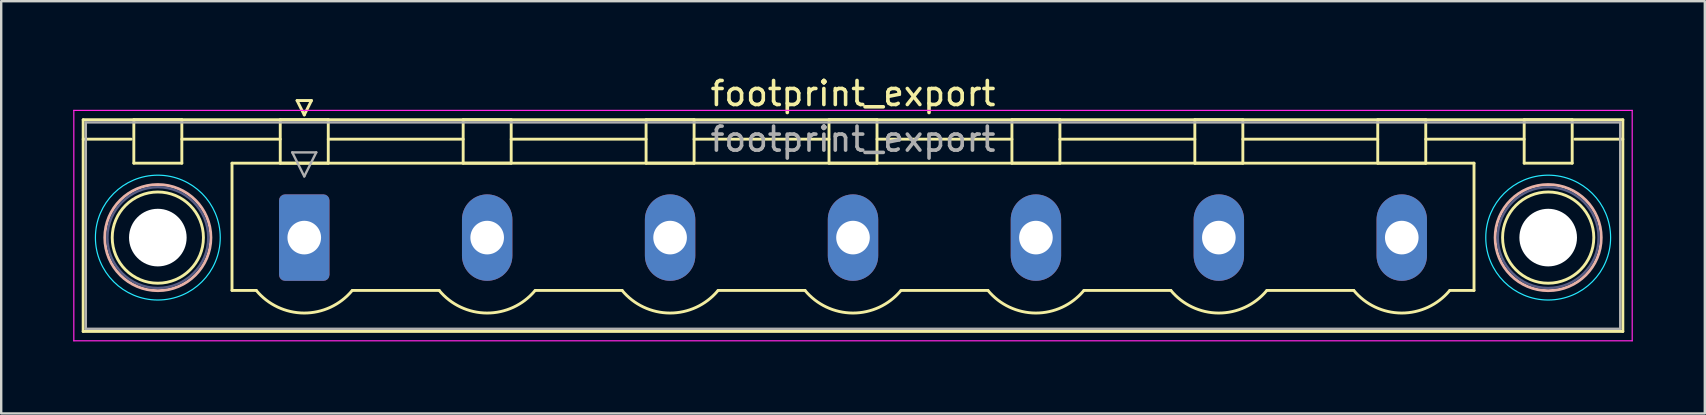
<source format=kicad_pcb>
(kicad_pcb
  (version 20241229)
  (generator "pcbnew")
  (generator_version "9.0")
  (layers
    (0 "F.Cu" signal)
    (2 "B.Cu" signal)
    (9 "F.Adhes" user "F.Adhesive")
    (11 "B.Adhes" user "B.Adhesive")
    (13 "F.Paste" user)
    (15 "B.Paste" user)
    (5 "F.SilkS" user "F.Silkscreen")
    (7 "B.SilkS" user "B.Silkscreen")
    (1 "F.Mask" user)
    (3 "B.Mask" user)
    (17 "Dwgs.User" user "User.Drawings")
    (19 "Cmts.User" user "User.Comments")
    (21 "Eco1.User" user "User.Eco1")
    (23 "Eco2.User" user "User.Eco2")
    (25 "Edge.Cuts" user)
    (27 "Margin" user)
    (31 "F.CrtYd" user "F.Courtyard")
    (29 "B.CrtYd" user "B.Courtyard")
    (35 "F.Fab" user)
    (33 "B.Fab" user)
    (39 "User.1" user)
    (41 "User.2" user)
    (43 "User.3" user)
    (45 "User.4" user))
  (footprint "footprint_export"
    (layer "F.Cu")
    (at 9.625 6.848)
    (property "Reference" "footprint_export" (at 22.86 -6 0) (layer "F.SilkS") (effects (font (size 1 1) (thickness 0.15))))
    (attr through_hole)
    (fp_line (start -9.21 -4.91) (end -9.21 3.91) (stroke (width 0.12) (type solid)) (layer "F.SilkS"))
    (fp_line (start -9.21 -4.1) (end -7.21 -4.1) (stroke (width 0.12) (type solid)) (layer "F.SilkS"))
    (fp_line (start -9.21 3.91) (end 54.93 3.91) (stroke (width 0.12) (type solid)) (layer "F.SilkS"))
    (fp_line (start -7.1 -4.91) (end -5.1 -4.91) (stroke (width 0.12) (type solid)) (layer "F.SilkS"))
    (fp_line (start -7.1 -3.1) (end -7.1 -4.91) (stroke (width 0.12) (type solid)) (layer "F.SilkS"))
    (fp_line (start -5.1 -4.91) (end -5.1 -3.1) (stroke (width 0.12) (type solid)) (layer "F.SilkS"))
    (fp_line (start -5.1 -4.1) (end -1 -4.1) (stroke (width 0.12) (type solid)) (layer "F.SilkS"))
    (fp_line (start -5.1 -3.1) (end -7.1 -3.1) (stroke (width 0.12) (type solid)) (layer "F.SilkS"))
    (fp_line (start -3.01 -3.1) (end 48.73 -3.1) (stroke (width 0.12) (type solid)) (layer "F.SilkS"))
    (fp_line (start -3.01 2.2) (end -3.01 -3.1) (stroke (width 0.12) (type solid)) (layer "F.SilkS"))
    (fp_line (start -2 2.2) (end -3.01 2.2) (stroke (width 0.12) (type solid)) (layer "F.SilkS"))
    (fp_line (start -1 -4.91) (end 1 -4.91) (stroke (width 0.12) (type solid)) (layer "F.SilkS"))
    (fp_line (start -1 -3.1) (end -1 -4.91) (stroke (width 0.12) (type solid)) (layer "F.SilkS"))
    (fp_line (start -0.3 -5.71) (end 0.3 -5.71) (stroke (width 0.12) (type solid)) (layer "F.SilkS"))
    (fp_line (start 0 -5.11) (end -0.3 -5.71) (stroke (width 0.12) (type solid)) (layer "F.SilkS"))
    (fp_line (start 0.3 -5.71) (end 0 -5.11) (stroke (width 0.12) (type solid)) (layer "F.SilkS"))
    (fp_line (start 1 -4.91) (end 1 -3.1) (stroke (width 0.12) (type solid)) (layer "F.SilkS"))
    (fp_line (start 1 -4.1) (end 6.62 -4.1) (stroke (width 0.12) (type solid)) (layer "F.SilkS"))
    (fp_line (start 1 -3.1) (end -1 -3.1) (stroke (width 0.12) (type solid)) (layer "F.SilkS"))
    (fp_line (start 2 2.2) (end 5.62 2.2) (stroke (width 0.12) (type solid)) (layer "F.SilkS"))
    (fp_line (start 6.62 -4.91) (end 8.62 -4.91) (stroke (width 0.12) (type solid)) (layer "F.SilkS"))
    (fp_line (start 6.62 -3.1) (end 6.62 -4.91) (stroke (width 0.12) (type solid)) (layer "F.SilkS"))
    (fp_line (start 8.62 -4.91) (end 8.62 -3.1) (stroke (width 0.12) (type solid)) (layer "F.SilkS"))
    (fp_line (start 8.62 -4.1) (end 14.24 -4.1) (stroke (width 0.12) (type solid)) (layer "F.SilkS"))
    (fp_line (start 8.62 -3.1) (end 6.62 -3.1) (stroke (width 0.12) (type solid)) (layer "F.SilkS"))
    (fp_line (start 9.62 2.2) (end 13.24 2.2) (stroke (width 0.12) (type solid)) (layer "F.SilkS"))
    (fp_line (start 14.24 -4.91) (end 16.24 -4.91) (stroke (width 0.12) (type solid)) (layer "F.SilkS"))
    (fp_line (start 14.24 -3.1) (end 14.24 -4.91) (stroke (width 0.12) (type solid)) (layer "F.SilkS"))
    (fp_line (start 16.24 -4.91) (end 16.24 -3.1) (stroke (width 0.12) (type solid)) (layer "F.SilkS"))
    (fp_line (start 16.24 -4.1) (end 21.86 -4.1) (stroke (width 0.12) (type solid)) (layer "F.SilkS"))
    (fp_line (start 16.24 -3.1) (end 14.24 -3.1) (stroke (width 0.12) (type solid)) (layer "F.SilkS"))
    (fp_line (start 17.24 2.2) (end 20.86 2.2) (stroke (width 0.12) (type solid)) (layer "F.SilkS"))
    (fp_line (start 21.86 -4.91) (end 23.86 -4.91) (stroke (width 0.12) (type solid)) (layer "F.SilkS"))
    (fp_line (start 21.86 -3.1) (end 21.86 -4.91) (stroke (width 0.12) (type solid)) (layer "F.SilkS"))
    (fp_line (start 23.86 -4.91) (end 23.86 -3.1) (stroke (width 0.12) (type solid)) (layer "F.SilkS"))
    (fp_line (start 23.86 -4.1) (end 29.48 -4.1) (stroke (width 0.12) (type solid)) (layer "F.SilkS"))
    (fp_line (start 23.86 -3.1) (end 21.86 -3.1) (stroke (width 0.12) (type solid)) (layer "F.SilkS"))
    (fp_line (start 24.86 2.2) (end 28.48 2.2) (stroke (width 0.12) (type solid)) (layer "F.SilkS"))
    (fp_line (start 29.48 -4.91) (end 31.48 -4.91) (stroke (width 0.12) (type solid)) (layer "F.SilkS"))
    (fp_line (start 29.48 -3.1) (end 29.48 -4.91) (stroke (width 0.12) (type solid)) (layer "F.SilkS"))
    (fp_line (start 31.48 -4.91) (end 31.48 -3.1) (stroke (width 0.12) (type solid)) (layer "F.SilkS"))
    (fp_line (start 31.48 -4.1) (end 37.1 -4.1) (stroke (width 0.12) (type solid)) (layer "F.SilkS"))
    (fp_line (start 31.48 -3.1) (end 29.48 -3.1) (stroke (width 0.12) (type solid)) (layer "F.SilkS"))
    (fp_line (start 32.48 2.2) (end 36.1 2.2) (stroke (width 0.12) (type solid)) (layer "F.SilkS"))
    (fp_line (start 37.1 -4.91) (end 39.1 -4.91) (stroke (width 0.12) (type solid)) (layer "F.SilkS"))
    (fp_line (start 37.1 -3.1) (end 37.1 -4.91) (stroke (width 0.12) (type solid)) (layer "F.SilkS"))
    (fp_line (start 39.1 -4.91) (end 39.1 -3.1) (stroke (width 0.12) (type solid)) (layer "F.SilkS"))
    (fp_line (start 39.1 -4.1) (end 44.72 -4.1) (stroke (width 0.12) (type solid)) (layer "F.SilkS"))
    (fp_line (start 39.1 -3.1) (end 37.1 -3.1) (stroke (width 0.12) (type solid)) (layer "F.SilkS"))
    (fp_line (start 40.1 2.2) (end 43.72 2.2) (stroke (width 0.12) (type solid)) (layer "F.SilkS"))
    (fp_line (start 44.72 -4.91) (end 46.72 -4.91) (stroke (width 0.12) (type solid)) (layer "F.SilkS"))
    (fp_line (start 44.72 -3.1) (end 44.72 -4.91) (stroke (width 0.12) (type solid)) (layer "F.SilkS"))
    (fp_line (start 46.72 -4.91) (end 46.72 -3.1) (stroke (width 0.12) (type solid)) (layer "F.SilkS"))
    (fp_line (start 46.72 -4.1) (end 50.82 -4.1) (stroke (width 0.12) (type solid)) (layer "F.SilkS"))
    (fp_line (start 46.72 -3.1) (end 44.72 -3.1) (stroke (width 0.12) (type solid)) (layer "F.SilkS"))
    (fp_line (start 48.73 -3.1) (end 48.73 2.2) (stroke (width 0.12) (type solid)) (layer "F.SilkS"))
    (fp_line (start 48.73 2.2) (end 47.72 2.2) (stroke (width 0.12) (type solid)) (layer "F.SilkS"))
    (fp_line (start 50.82 -4.91) (end 52.82 -4.91) (stroke (width 0.12) (type solid)) (layer "F.SilkS"))
    (fp_line (start 50.82 -3.1) (end 50.82 -4.91) (stroke (width 0.12) (type solid)) (layer "F.SilkS"))
    (fp_line (start 52.82 -4.91) (end 52.82 -3.1) (stroke (width 0.12) (type solid)) (layer "F.SilkS"))
    (fp_line (start 52.82 -3.1) (end 50.82 -3.1) (stroke (width 0.12) (type solid)) (layer "F.SilkS"))
    (fp_line (start 54.93 -4.91) (end -9.21 -4.91) (stroke (width 0.12) (type solid)) (layer "F.SilkS"))
    (fp_line (start 54.93 -4.1) (end 52.93 -4.1) (stroke (width 0.12) (type solid)) (layer "F.SilkS"))
    (fp_line (start 54.93 3.91) (end 54.93 -4.91) (stroke (width 0.12) (type solid)) (layer "F.SilkS"))
    (fp_arc (start 1.986842 2.215821) (mid -0.010289 3.142758) (end -2 2.2) (stroke (width 0.12) (type solid)) (layer "F.SilkS"))
    (fp_arc (start 9.606842 2.215821) (mid 7.609711 3.142758) (end 5.62 2.2) (stroke (width 0.12) (type solid)) (layer "F.SilkS"))
    (fp_arc (start 17.226842 2.215821) (mid 15.229711 3.142758) (end 13.24 2.2) (stroke (width 0.12) (type solid)) (layer "F.SilkS"))
    (fp_arc (start 24.846842 2.215821) (mid 22.849711 3.142758) (end 20.86 2.2) (stroke (width 0.12) (type solid)) (layer "F.SilkS"))
    (fp_arc (start 32.466842 2.215821) (mid 30.469711 3.142758) (end 28.48 2.2) (stroke (width 0.12) (type solid)) (layer "F.SilkS"))
    (fp_arc (start 40.086842 2.215821) (mid 38.089711 3.142758) (end 36.1 2.2) (stroke (width 0.12) (type solid)) (layer "F.SilkS"))
    (fp_arc (start 47.706842 2.215821) (mid 45.709711 3.142758) (end 43.72 2.2) (stroke (width 0.12) (type solid)) (layer "F.SilkS"))
    (fp_circle (center -6.1 0) (end -4.2 0) (stroke (width 0.12) (type solid)) (fill no) (layer "F.SilkS"))
    (fp_circle (center 51.82 0) (end 53.72 0) (stroke (width 0.12) (type solid)) (fill no) (layer "F.SilkS"))
    (fp_circle (center -6.1 0) (end -3.89 0) (stroke (width 0.12) (type solid)) (fill no) (layer "B.SilkS"))
    (fp_circle (center 51.82 0) (end 54.03 0) (stroke (width 0.12) (type solid)) (fill no) (layer "B.SilkS"))
    (fp_circle (center -6.1 0) (end -3.5 0) (stroke (width 0.05) (type solid)) (fill no) (layer "B.CrtYd"))
    (fp_circle (center 51.82 0) (end 54.42 0) (stroke (width 0.05) (type solid)) (fill no) (layer "B.CrtYd"))
    (fp_line (start -9.6 -5.3) (end -9.6 4.3) (stroke (width 0.05) (type solid)) (layer "F.CrtYd"))
    (fp_line (start -9.6 4.3) (end 55.32 4.3) (stroke (width 0.05) (type solid)) (layer "F.CrtYd"))
    (fp_line (start 55.32 -5.3) (end -9.6 -5.3) (stroke (width 0.05) (type solid)) (layer "F.CrtYd"))
    (fp_line (start 55.32 4.3) (end 55.32 -5.3) (stroke (width 0.05) (type solid)) (layer "F.CrtYd"))
    (fp_circle (center -6.1 0) (end -4 0) (stroke (width 0.1) (type solid)) (fill no) (layer "B.Fab"))
    (fp_circle (center 51.82 0) (end 53.92 0) (stroke (width 0.1) (type solid)) (fill no) (layer "B.Fab"))
    (fp_line (start -9.1 -4.8) (end -9.1 3.8) (stroke (width 0.1) (type solid)) (layer "F.Fab"))
    (fp_line (start -9.1 3.8) (end 54.82 3.8) (stroke (width 0.1) (type solid)) (layer "F.Fab"))
    (fp_line (start -0.5 -3.55) (end 0.5 -3.55) (stroke (width 0.1) (type solid)) (layer "F.Fab"))
    (fp_line (start 0 -2.55) (end -0.5 -3.55) (stroke (width 0.1) (type solid)) (layer "F.Fab"))
    (fp_line (start 0.5 -3.55) (end 0 -2.55) (stroke (width 0.1) (type solid)) (layer "F.Fab"))
    (fp_line (start 54.82 -4.8) (end -9.1 -4.8) (stroke (width 0.1) (type solid)) (layer "F.Fab"))
    (fp_line (start 54.82 3.8) (end 54.82 -4.8) (stroke (width 0.1) (type solid)) (layer "F.Fab"))
    (fp_text user "${REFERENCE}" (at 22.86 -4.1 0) (layer "F.Fab") (effects (font (size 1 1) (thickness 0.15))))
    (pad "" np_thru_hole circle (at -6.1 0) (size 2.4 2.4) (drill 2.4) (layers "*.Cu" "*.Mask"))
    (pad "" np_thru_hole circle (at 51.82 0) (size 2.4 2.4) (drill 2.4) (layers "*.Cu" "*.Mask"))
    (pad "1" thru_hole roundrect (at 0 0) (size 2.1 3.6) (drill 1.4) (layers "*.Cu" "*.Mask") (roundrect_rratio 0.119))
    (pad "2" thru_hole oval (at 7.62 0) (size 2.1 3.6) (drill 1.4) (layers "*.Cu" "*.Mask"))
    (pad "3" thru_hole oval (at 15.24 0) (size 2.1 3.6) (drill 1.4) (layers "*.Cu" "*.Mask"))
    (pad "4" thru_hole oval (at 22.86 0) (size 2.1 3.6) (drill 1.4) (layers "*.Cu" "*.Mask"))
    (pad "5" thru_hole oval (at 30.48 0) (size 2.1 3.6) (drill 1.4) (layers "*.Cu" "*.Mask"))
    (pad "6" thru_hole oval (at 38.1 0) (size 2.1 3.6) (drill 1.4) (layers "*.Cu" "*.Mask"))
    (pad "7" thru_hole oval (at 45.72 0) (size 2.1 3.6) (drill 1.4) (layers "*.Cu" "*.Mask")))
  (gr_rect
    (start -3 -3)
    (end 67.97 14.173)
    (stroke (width 0.1) (type default))
    (fill no)
    (layer "Edge.Cuts")))
</source>
